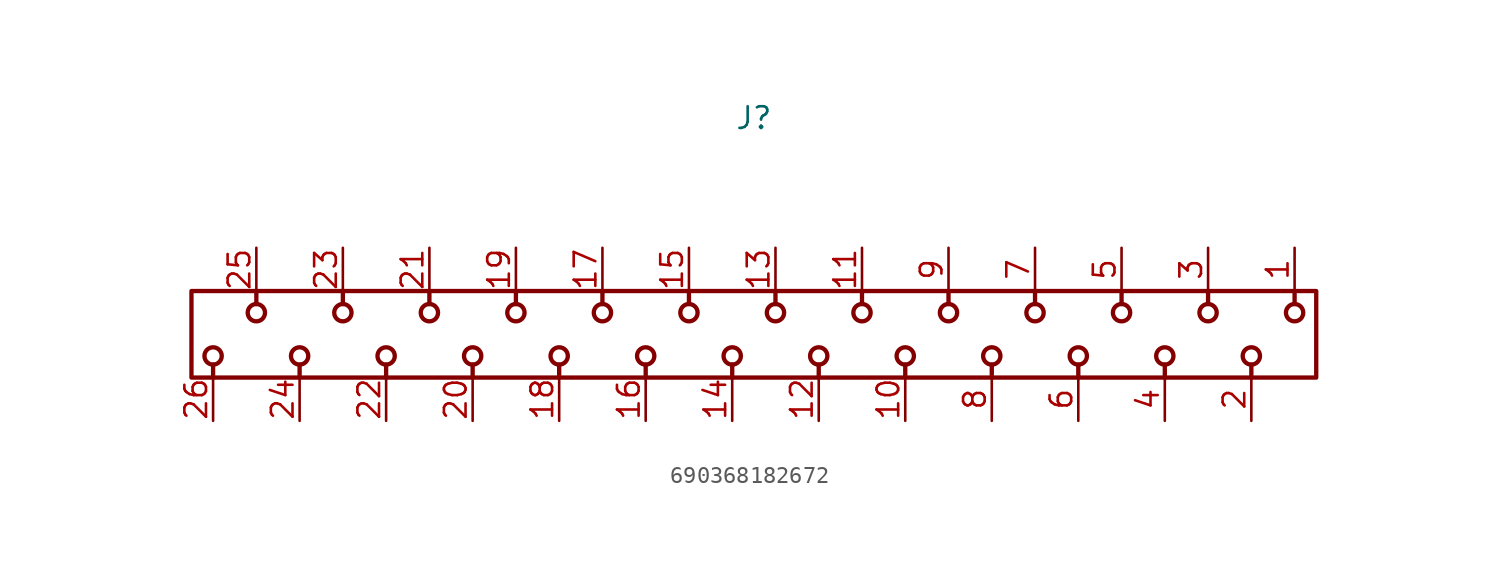
<source format=kicad_sym>
(kicad_symbol_lib
  (version 20241209)
  (generator "kicad_symbol_editor")
  (generator_version "9.0")
  (symbol "690368182672"
    (pin_names
      (hide yes))
    (property "Reference" "J"
      (at 0 12.7 0)
      (effects (font (size 1.27 1.27))))
    (symbol "690368182672_1_1"
      (rectangle (start -33.02 2.54) (end 33.02 -2.54) (stroke (width 0.254) (type solid)) (fill (type none)))
      (circle (center -31.75 -1.27) (radius 0.508) (stroke (width 0.254) (type solid)) (fill (type none)))
      (polyline (pts (xy -31.75 -1.778) (xy -31.75 -2.54)) (stroke (width 0.254) (type solid)) (fill (type none)))
      (polyline (pts (xy -29.21 1.778) (xy -29.21 2.54)) (stroke (width 0.254) (type solid)) (fill (type none)))
      (circle (center -29.21 1.27) (radius 0.508) (stroke (width 0.254) (type solid)) (fill (type none)))
      (circle (center -26.67 -1.27) (radius 0.508) (stroke (width 0.254) (type solid)) (fill (type none)))
      (polyline (pts (xy -26.67 -1.778) (xy -26.67 -2.54)) (stroke (width 0.254) (type solid)) (fill (type none)))
      (polyline (pts (xy -24.13 1.778) (xy -24.13 2.54)) (stroke (width 0.254) (type solid)) (fill (type none)))
      (circle (center -24.13 1.27) (radius 0.508) (stroke (width 0.254) (type solid)) (fill (type none)))
      (circle (center -21.59 -1.27) (radius 0.508) (stroke (width 0.254) (type solid)) (fill (type none)))
      (polyline (pts (xy -21.59 -1.778) (xy -21.59 -2.54)) (stroke (width 0.254) (type solid)) (fill (type none)))
      (polyline (pts (xy -19.05 1.778) (xy -19.05 2.54)) (stroke (width 0.254) (type solid)) (fill (type none)))
      (circle (center -19.05 1.27) (radius 0.508) (stroke (width 0.254) (type solid)) (fill (type none)))
      (circle (center -16.51 -1.27) (radius 0.508) (stroke (width 0.254) (type solid)) (fill (type none)))
      (polyline (pts (xy -16.51 -1.778) (xy -16.51 -2.54)) (stroke (width 0.254) (type solid)) (fill (type none)))
      (polyline (pts (xy -13.97 1.778) (xy -13.97 2.54)) (stroke (width 0.254) (type solid)) (fill (type none)))
      (circle (center -13.97 1.27) (radius 0.508) (stroke (width 0.254) (type solid)) (fill (type none)))
      (circle (center -11.43 -1.27) (radius 0.508) (stroke (width 0.254) (type solid)) (fill (type none)))
      (polyline (pts (xy -11.43 -1.778) (xy -11.43 -2.54)) (stroke (width 0.254) (type solid)) (fill (type none)))
      (polyline (pts (xy -8.89 1.778) (xy -8.89 2.54)) (stroke (width 0.254) (type solid)) (fill (type none)))
      (circle (center -8.89 1.27) (radius 0.508) (stroke (width 0.254) (type solid)) (fill (type none)))
      (circle (center -6.35 -1.27) (radius 0.508) (stroke (width 0.254) (type solid)) (fill (type none)))
      (polyline (pts (xy -6.35 -1.778) (xy -6.35 -2.54)) (stroke (width 0.254) (type solid)) (fill (type none)))
      (polyline (pts (xy -3.81 1.778) (xy -3.81 2.54)) (stroke (width 0.254) (type solid)) (fill (type none)))
      (circle (center -3.81 1.27) (radius 0.508) (stroke (width 0.254) (type solid)) (fill (type none)))
      (circle (center -1.27 -1.27) (radius 0.508) (stroke (width 0.254) (type solid)) (fill (type none)))
      (polyline (pts (xy -1.27 -1.778) (xy -1.27 -2.54)) (stroke (width 0.254) (type solid)) (fill (type none)))
      (polyline (pts (xy 1.27 1.778) (xy 1.27 2.54)) (stroke (width 0.254) (type solid)) (fill (type none)))
      (circle (center 1.27 1.27) (radius 0.508) (stroke (width 0.254) (type solid)) (fill (type none)))
      (circle (center 3.81 -1.27) (radius 0.508) (stroke (width 0.254) (type solid)) (fill (type none)))
      (polyline (pts (xy 3.81 -1.778) (xy 3.81 -2.54)) (stroke (width 0.254) (type solid)) (fill (type none)))
      (polyline (pts (xy 6.35 1.778) (xy 6.35 2.54)) (stroke (width 0.254) (type solid)) (fill (type none)))
      (circle (center 6.35 1.27) (radius 0.508) (stroke (width 0.254) (type solid)) (fill (type none)))
      (circle (center 8.89 -1.27) (radius 0.508) (stroke (width 0.254) (type solid)) (fill (type none)))
      (polyline (pts (xy 8.89 -1.778) (xy 8.89 -2.54)) (stroke (width 0.254) (type solid)) (fill (type none)))
      (polyline (pts (xy 11.43 1.778) (xy 11.43 2.54)) (stroke (width 0.254) (type solid)) (fill (type none)))
      (circle (center 11.43 1.27) (radius 0.508) (stroke (width 0.254) (type solid)) (fill (type none)))
      (circle (center 13.97 -1.27) (radius 0.508) (stroke (width 0.254) (type solid)) (fill (type none)))
      (polyline (pts (xy 13.97 -1.778) (xy 13.97 -2.54)) (stroke (width 0.254) (type solid)) (fill (type none)))
      (polyline (pts (xy 16.51 1.778) (xy 16.51 2.54)) (stroke (width 0.254) (type solid)) (fill (type none)))
      (circle (center 16.51 1.27) (radius 0.508) (stroke (width 0.254) (type solid)) (fill (type none)))
      (circle (center 19.05 -1.27) (radius 0.508) (stroke (width 0.254) (type solid)) (fill (type none)))
      (polyline (pts (xy 19.05 -1.778) (xy 19.05 -2.54)) (stroke (width 0.254) (type solid)) (fill (type none)))
      (polyline (pts (xy 21.59 1.778) (xy 21.59 2.54)) (stroke (width 0.254) (type solid)) (fill (type none)))
      (circle (center 21.59 1.27) (radius 0.508) (stroke (width 0.254) (type solid)) (fill (type none)))
      (circle (center 24.13 -1.27) (radius 0.508) (stroke (width 0.254) (type solid)) (fill (type none)))
      (polyline (pts (xy 24.13 -1.778) (xy 24.13 -2.54)) (stroke (width 0.254) (type solid)) (fill (type none)))
      (polyline (pts (xy 26.67 1.778) (xy 26.67 2.54)) (stroke (width 0.254) (type solid)) (fill (type none)))
      (circle (center 26.67 1.27) (radius 0.508) (stroke (width 0.254) (type solid)) (fill (type none)))
      (circle (center 29.21 -1.27) (radius 0.508) (stroke (width 0.254) (type solid)) (fill (type none)))
      (polyline (pts (xy 29.21 -1.778) (xy 29.21 -2.54)) (stroke (width 0.254) (type solid)) (fill (type none)))
      (polyline (pts (xy 31.75 1.778) (xy 31.75 2.54)) (stroke (width 0.254) (type solid)) (fill (type none)))
      (circle (center 31.75 1.27) (radius 0.508) (stroke (width 0.254) (type solid)) (fill (type none)))
      (pin passive line (at -31.75 -5.08 90) (length 2.54) (name "26" (effects (font (size 1.27 1.27)))) (number "26" (effects (font (size 1.27 1.27)))))
      (pin passive line (at -29.21 5.08 270) (length 2.54) (name "25" (effects (font (size 1.27 1.27)))) (number "25" (effects (font (size 1.27 1.27)))))
      (pin passive line (at -26.67 -5.08 90) (length 2.54) (name "24" (effects (font (size 1.27 1.27)))) (number "24" (effects (font (size 1.27 1.27)))))
      (pin passive line (at -24.13 5.08 270) (length 2.54) (name "23" (effects (font (size 1.27 1.27)))) (number "23" (effects (font (size 1.27 1.27)))))
      (pin passive line (at -21.59 -5.08 90) (length 2.54) (name "22" (effects (font (size 1.27 1.27)))) (number "22" (effects (font (size 1.27 1.27)))))
      (pin passive line (at -19.05 5.08 270) (length 2.54) (name "21" (effects (font (size 1.27 1.27)))) (number "21" (effects (font (size 1.27 1.27)))))
      (pin passive line (at -16.51 -5.08 90) (length 2.54) (name "20" (effects (font (size 1.27 1.27)))) (number "20" (effects (font (size 1.27 1.27)))))
      (pin passive line (at -13.97 5.08 270) (length 2.54) (name "19" (effects (font (size 1.27 1.27)))) (number "19" (effects (font (size 1.27 1.27)))))
      (pin passive line (at -11.43 -5.08 90) (length 2.54) (name "18" (effects (font (size 1.27 1.27)))) (number "18" (effects (font (size 1.27 1.27)))))
      (pin passive line (at -8.89 5.08 270) (length 2.54) (name "17" (effects (font (size 1.27 1.27)))) (number "17" (effects (font (size 1.27 1.27)))))
      (pin passive line (at -6.35 -5.08 90) (length 2.54) (name "16" (effects (font (size 1.27 1.27)))) (number "16" (effects (font (size 1.27 1.27)))))
      (pin passive line (at -3.81 5.08 270) (length 2.54) (name "15" (effects (font (size 1.27 1.27)))) (number "15" (effects (font (size 1.27 1.27)))))
      (pin passive line (at -1.27 -5.08 90) (length 2.54) (name "14" (effects (font (size 1.27 1.27)))) (number "14" (effects (font (size 1.27 1.27)))))
      (pin passive line (at 1.27 5.08 270) (length 2.54) (name "13" (effects (font (size 1.27 1.27)))) (number "13" (effects (font (size 1.27 1.27)))))
      (pin passive line (at 3.81 -5.08 90) (length 2.54) (name "12" (effects (font (size 1.27 1.27)))) (number "12" (effects (font (size 1.27 1.27)))))
      (pin passive line (at 6.35 5.08 270) (length 2.54) (name "11" (effects (font (size 1.27 1.27)))) (number "11" (effects (font (size 1.27 1.27)))))
      (pin passive line (at 8.89 -5.08 90) (length 2.54) (name "10" (effects (font (size 1.27 1.27)))) (number "10" (effects (font (size 1.27 1.27)))))
      (pin passive line (at 11.43 5.08 270) (length 2.54) (name "9" (effects (font (size 1.27 1.27)))) (number "9" (effects (font (size 1.27 1.27)))))
      (pin passive line (at 13.97 -5.08 90) (length 2.54) (name "8" (effects (font (size 1.27 1.27)))) (number "8" (effects (font (size 1.27 1.27)))))
      (pin passive line (at 16.51 5.08 270) (length 2.54) (name "7" (effects (font (size 1.27 1.27)))) (number "7" (effects (font (size 1.27 1.27)))))
      (pin passive line (at 19.05 -5.08 90) (length 2.54) (name "6" (effects (font (size 1.27 1.27)))) (number "6" (effects (font (size 1.27 1.27)))))
      (pin passive line (at 21.59 5.08 270) (length 2.54) (name "5" (effects (font (size 1.27 1.27)))) (number "5" (effects (font (size 1.27 1.27)))))
      (pin passive line (at 24.13 -5.08 90) (length 2.54) (name "4" (effects (font (size 1.27 1.27)))) (number "4" (effects (font (size 1.27 1.27)))))
      (pin passive line (at 26.67 5.08 270) (length 2.54) (name "3" (effects (font (size 1.27 1.27)))) (number "3" (effects (font (size 1.27 1.27)))))
      (pin passive line (at 29.21 -5.08 90) (length 2.54) (name "2" (effects (font (size 1.27 1.27)))) (number "2" (effects (font (size 1.27 1.27)))))
      (pin passive line (at 31.75 5.08 270) (length 2.54) (name "1" (effects (font (size 1.27 1.27)))) (number "1" (effects (font (size 1.27 1.27))))))))
</source>
